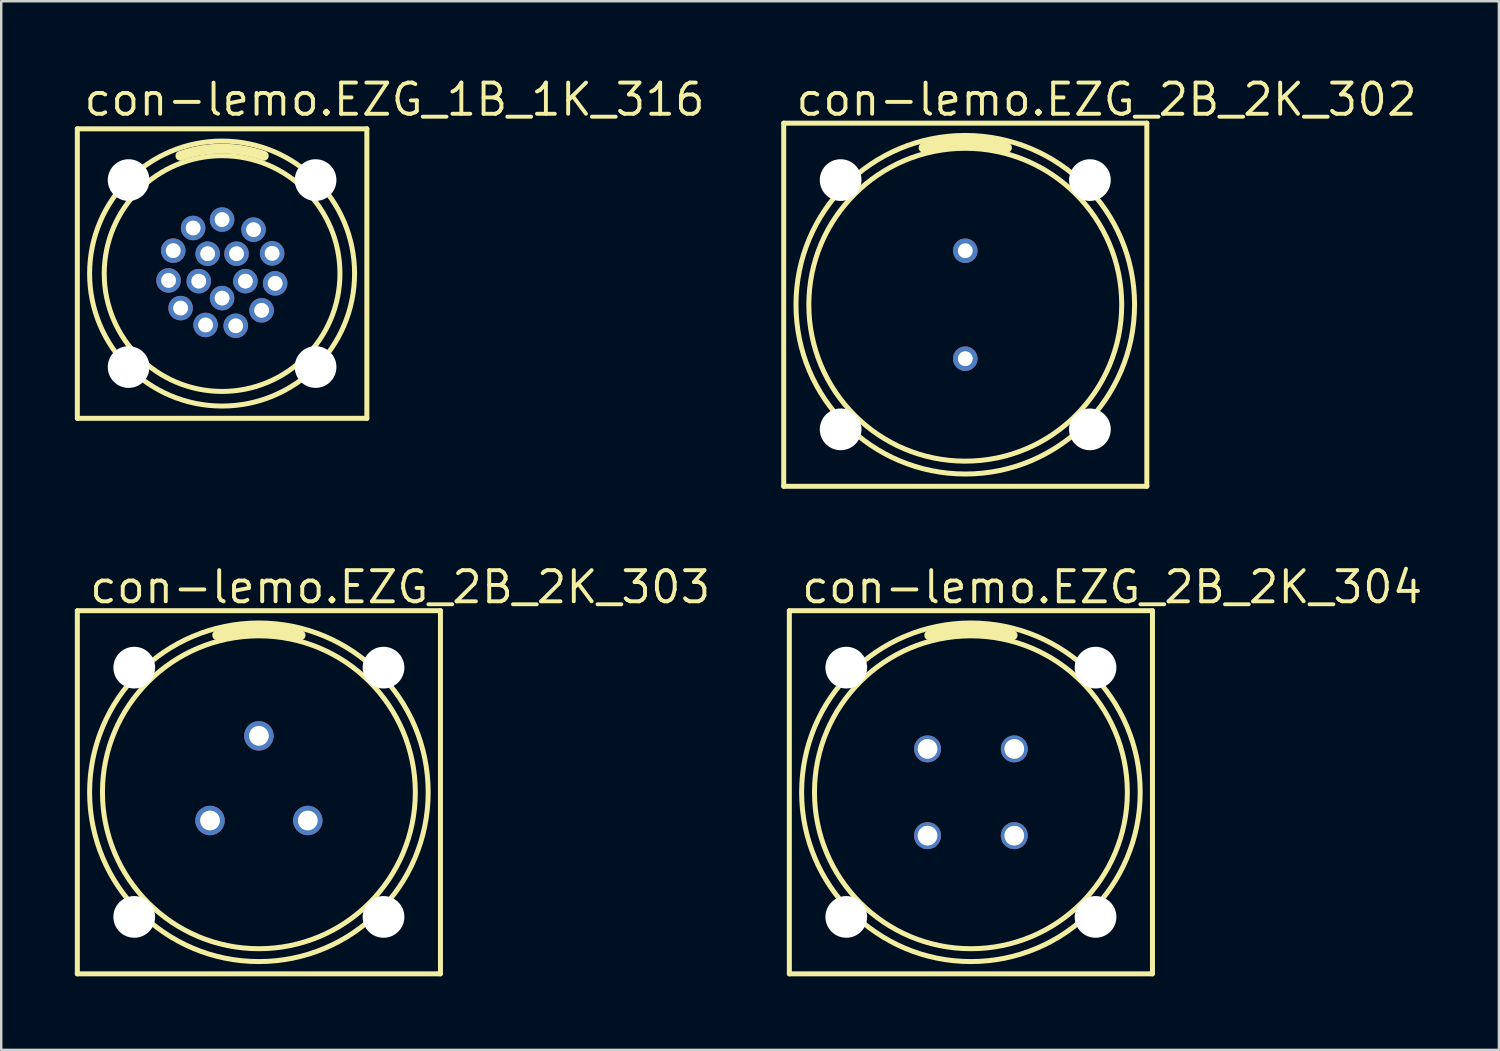
<source format=kicad_pcb>
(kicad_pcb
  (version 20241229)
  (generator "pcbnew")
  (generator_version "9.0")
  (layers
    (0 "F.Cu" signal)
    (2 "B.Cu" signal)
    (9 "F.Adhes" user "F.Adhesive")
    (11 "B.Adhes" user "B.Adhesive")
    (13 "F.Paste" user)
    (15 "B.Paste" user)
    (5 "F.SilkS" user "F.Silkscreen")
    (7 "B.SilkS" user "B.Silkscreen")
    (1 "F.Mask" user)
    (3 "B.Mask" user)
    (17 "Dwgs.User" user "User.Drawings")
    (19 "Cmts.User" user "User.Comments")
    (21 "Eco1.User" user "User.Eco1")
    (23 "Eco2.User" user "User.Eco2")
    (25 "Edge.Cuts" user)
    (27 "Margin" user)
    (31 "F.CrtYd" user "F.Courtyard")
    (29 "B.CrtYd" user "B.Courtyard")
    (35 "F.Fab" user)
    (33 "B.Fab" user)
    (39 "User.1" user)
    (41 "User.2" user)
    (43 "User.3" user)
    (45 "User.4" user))
  (footprint "con-lemo.EZG_1B_1K_316"
    (layer "F.Cu")
    (at 6.002 8.1)
    (property "Reference" "con-lemo.EZG_1B_1K_316" (at -5.715 -6.35 0) (layer "F.SilkS") (effects (font (size 1.27 1.27) (thickness 0.16)) (justify left bottom)))
    (attr through_hole)
    (fp_line (start -5.9 -5.9) (end 5.9 -5.9) (stroke (width 0.203) (type default)) (layer "F.SilkS"))
    (fp_line (start -5.9 5.9) (end -5.9 -5.9) (stroke (width 0.203) (type default)) (layer "F.SilkS"))
    (fp_line (start 5.9 -5.9) (end 5.9 5.9) (stroke (width 0.203) (type default)) (layer "F.SilkS"))
    (fp_line (start 5.9 5.9) (end -5.9 5.9) (stroke (width 0.203) (type default)) (layer "F.SilkS"))
    (fp_arc (start -1.7 -4.8) (mid 0 -5.092151) (end 1.7 -4.8) (stroke (width 0.4) (type default)) (layer "F.SilkS"))
    (fp_circle (center 0 0) (end 4.804 0) (stroke (width 0.203) (type default)) (fill no) (layer "F.SilkS"))
    (fp_circle (center 0 0) (end 5.4 0) (stroke (width 0.203) (type default)) (fill no) (layer "F.SilkS"))
    (fp_circle (center -2.182 0.28) (end -1.984 0.28) (stroke (width 0.203) (type default)) (fill no) (layer "F.Fab"))
    (fp_circle (center -1.992 -0.934) (end -1.794 -0.934) (stroke (width 0.203) (type default)) (fill no) (layer "F.Fab"))
    (fp_circle (center -1.691 1.407) (end -1.493 1.407) (stroke (width 0.203) (type default)) (fill no) (layer "F.Fab"))
    (fp_circle (center -1.18 -1.857) (end -0.982 -1.857) (stroke (width 0.203) (type default)) (fill no) (layer "F.Fab"))
    (fp_circle (center -0.951 0.309) (end -0.753 0.309) (stroke (width 0.203) (type default)) (fill no) (layer "F.Fab"))
    (fp_circle (center -0.672 2.095) (end -0.474 2.095) (stroke (width 0.203) (type default)) (fill no) (layer "F.Fab"))
    (fp_circle (center -0.588 -0.809) (end -0.389 -0.809) (stroke (width 0.203) (type default)) (fill no) (layer "F.Fab"))
    (fp_circle (center 0 -2.2) (end 0.198 -2.2) (stroke (width 0.203) (type default)) (fill no) (layer "F.Fab"))
    (fp_circle (center 0 1) (end 0.198 1) (stroke (width 0.203) (type default)) (fill no) (layer "F.Fab"))
    (fp_circle (center 0.556 2.129) (end 0.754 2.129) (stroke (width 0.203) (type default)) (fill no) (layer "F.Fab"))
    (fp_circle (center 0.588 -0.809) (end 0.786 -0.809) (stroke (width 0.203) (type default)) (fill no) (layer "F.Fab"))
    (fp_circle (center 0.951 0.309) (end 1.149 0.309) (stroke (width 0.203) (type default)) (fill no) (layer "F.Fab"))
    (fp_circle (center 1.281 -1.789) (end 1.479 -1.789) (stroke (width 0.203) (type default)) (fill no) (layer "F.Fab"))
    (fp_circle (center 1.611 1.498) (end 1.81 1.498) (stroke (width 0.203) (type default)) (fill no) (layer "F.Fab"))
    (fp_circle (center 2.04 -0.823) (end 2.239 -0.823) (stroke (width 0.203) (type default)) (fill no) (layer "F.Fab"))
    (fp_circle (center 2.163 0.4) (end 2.362 0.4) (stroke (width 0.203) (type default)) (fill no) (layer "F.Fab"))
    (pad "" np_thru_hole circle (at -3.81 -3.81) (size 1.7 1.7) (drill 1.7) (layers "*.Cu" "*.Mask"))
    (pad "" np_thru_hole circle (at -3.81 3.81) (size 1.7 1.7) (drill 1.7) (layers "*.Cu" "*.Mask"))
    (pad "" np_thru_hole circle (at 3.81 -3.81) (size 1.7 1.7) (drill 1.7) (layers "*.Cu" "*.Mask"))
    (pad "" np_thru_hole circle (at 3.81 3.81) (size 1.7 1.7) (drill 1.7) (layers "*.Cu" "*.Mask"))
    (pad "1" thru_hole circle (at 0 -2.2 90) (size 1 1) (drill 0.6) (layers "*.Cu" "*.Mask"))
    (pad "2" thru_hole circle (at -1.18 -1.857 122.4) (size 1 1) (drill 0.6) (layers "*.Cu" "*.Mask"))
    (pad "3" thru_hole circle (at -1.992 -0.934 154.9) (size 1 1) (drill 0.6) (layers "*.Cu" "*.Mask"))
    (pad "4" thru_hole circle (at -2.182 0.28 187.3) (size 1 1) (drill 0.6) (layers "*.Cu" "*.Mask"))
    (pad "5" thru_hole circle (at -1.691 1.407 219.8) (size 1 1) (drill 0.6) (layers "*.Cu" "*.Mask"))
    (pad "6" thru_hole circle (at -0.672 2.095 252.2) (size 1 1) (drill 0.6) (layers "*.Cu" "*.Mask"))
    (pad "7" thru_hole circle (at 0.556 2.129 284.6) (size 1 1) (drill 0.6) (layers "*.Cu" "*.Mask"))
    (pad "8" thru_hole circle (at 1.611 1.498 317.1) (size 1 1) (drill 0.6) (layers "*.Cu" "*.Mask"))
    (pad "9" thru_hole circle (at 2.163 0.4 349.5) (size 1 1) (drill 0.6) (layers "*.Cu" "*.Mask"))
    (pad "10" thru_hole circle (at 2.04 -0.823 22) (size 1 1) (drill 0.6) (layers "*.Cu" "*.Mask"))
    (pad "11" thru_hole circle (at 1.281 -1.789 54.4) (size 1 1) (drill 0.6) (layers "*.Cu" "*.Mask"))
    (pad "12" thru_hole circle (at -0.588 -0.809 126) (size 1 1) (drill 0.6) (layers "*.Cu" "*.Mask"))
    (pad "13" thru_hole circle (at -0.951 0.309 198) (size 1 1) (drill 0.6) (layers "*.Cu" "*.Mask"))
    (pad "14" thru_hole circle (at 0 1 270) (size 1 1) (drill 0.6) (layers "*.Cu" "*.Mask"))
    (pad "15" thru_hole circle (at 0.951 0.309 342) (size 1 1) (drill 0.6) (layers "*.Cu" "*.Mask"))
    (pad "16" thru_hole circle (at 0.588 -0.809 54) (size 1 1) (drill 0.6) (layers "*.Cu" "*.Mask")))
  (footprint "con-lemo.EZG_2B_2K_304"
    (layer "F.Cu")
    (at 36.523 29.242)
    (property "Reference" "con-lemo.EZG_2B_2K_304" (at -6.985 -7.62 0) (layer "F.SilkS") (effects (font (size 1.27 1.27) (thickness 0.16)) (justify left bottom)))
    (attr through_hole)
    (fp_line (start -7.4 -7.4) (end 7.4 -7.4) (stroke (width 0.203) (type default)) (layer "F.SilkS"))
    (fp_line (start -7.4 7.4) (end -7.4 -7.4) (stroke (width 0.203) (type default)) (layer "F.SilkS"))
    (fp_line (start 7.4 -7.4) (end 7.4 7.4) (stroke (width 0.203) (type default)) (layer "F.SilkS"))
    (fp_line (start 7.4 7.4) (end -7.4 7.4) (stroke (width 0.203) (type default)) (layer "F.SilkS"))
    (fp_arc (start -1.7 -6.4) (mid 0 -6.650475) (end 1.7 -6.4) (stroke (width 0.4) (type default)) (layer "F.SilkS"))
    (fp_circle (center 0 0) (end 6.376 0) (stroke (width 0.203) (type default)) (fill no) (layer "F.SilkS"))
    (fp_circle (center 0 0) (end 6.9 0) (stroke (width 0.203) (type default)) (fill no) (layer "F.SilkS"))
    (fp_circle (center -1.768 -1.768) (end -1.469 -1.768) (stroke (width 0.203) (type default)) (fill no) (layer "F.Fab"))
    (fp_circle (center -1.768 1.768) (end -1.469 1.768) (stroke (width 0.203) (type default)) (fill no) (layer "F.Fab"))
    (fp_circle (center 1.768 -1.768) (end 2.066 -1.768) (stroke (width 0.203) (type default)) (fill no) (layer "F.Fab"))
    (fp_circle (center 1.768 1.768) (end 2.066 1.768) (stroke (width 0.203) (type default)) (fill no) (layer "F.Fab"))
    (pad "" np_thru_hole circle (at -5.08 -5.08) (size 1.7 1.7) (drill 1.7) (layers "*.Cu" "*.Mask"))
    (pad "" np_thru_hole circle (at -5.08 5.08) (size 1.7 1.7) (drill 1.7) (layers "*.Cu" "*.Mask"))
    (pad "" np_thru_hole circle (at 5.08 -5.08) (size 1.7 1.7) (drill 1.7) (layers "*.Cu" "*.Mask"))
    (pad "" np_thru_hole circle (at 5.08 5.08) (size 1.7 1.7) (drill 1.7) (layers "*.Cu" "*.Mask"))
    (pad "1" thru_hole circle (at 1.768 -1.768) (size 1.1 1.1) (drill 0.8) (layers "*.Cu" "*.Mask"))
    (pad "2" thru_hole circle (at -1.768 -1.768) (size 1.1 1.1) (drill 0.8) (layers "*.Cu" "*.Mask"))
    (pad "3" thru_hole circle (at -1.768 1.768) (size 1.1 1.1) (drill 0.8) (layers "*.Cu" "*.Mask"))
    (pad "4" thru_hole circle (at 1.768 1.768) (size 1.1 1.1) (drill 0.8) (layers "*.Cu" "*.Mask")))
  (footprint "con-lemo.EZG_2B_2K_303"
    (layer "F.Cu")
    (at 7.502 29.242)
    (property "Reference" "con-lemo.EZG_2B_2K_303" (at -6.985 -7.62 0) (layer "F.SilkS") (effects (font (size 1.27 1.27) (thickness 0.16)) (justify left bottom)))
    (attr through_hole)
    (fp_line (start -7.4 -7.4) (end 7.4 -7.4) (stroke (width 0.203) (type default)) (layer "F.SilkS"))
    (fp_line (start -7.4 7.4) (end -7.4 -7.4) (stroke (width 0.203) (type default)) (layer "F.SilkS"))
    (fp_line (start 7.4 -7.4) (end 7.4 7.4) (stroke (width 0.203) (type default)) (layer "F.SilkS"))
    (fp_line (start 7.4 7.4) (end -7.4 7.4) (stroke (width 0.203) (type default)) (layer "F.SilkS"))
    (fp_arc (start -1.7 -6.4) (mid 0 -6.650475) (end 1.7 -6.4) (stroke (width 0.4) (type default)) (layer "F.SilkS"))
    (fp_circle (center 0 0) (end 6.376 0) (stroke (width 0.203) (type default)) (fill no) (layer "F.SilkS"))
    (fp_circle (center 0 0) (end 6.9 0) (stroke (width 0.203) (type default)) (fill no) (layer "F.SilkS"))
    (fp_circle (center -1.992 1.15) (end -1.694 1.15) (stroke (width 0.203) (type default)) (fill no) (layer "F.Fab"))
    (fp_circle (center 0 -2.3) (end 0.298 -2.3) (stroke (width 0.203) (type default)) (fill no) (layer "F.Fab"))
    (fp_circle (center 1.992 1.15) (end 2.29 1.15) (stroke (width 0.203) (type default)) (fill no) (layer "F.Fab"))
    (pad "" np_thru_hole circle (at -5.08 -5.08) (size 1.7 1.7) (drill 1.7) (layers "*.Cu" "*.Mask"))
    (pad "" np_thru_hole circle (at -5.08 5.08) (size 1.7 1.7) (drill 1.7) (layers "*.Cu" "*.Mask"))
    (pad "" np_thru_hole circle (at 5.08 -5.08) (size 1.7 1.7) (drill 1.7) (layers "*.Cu" "*.Mask"))
    (pad "" np_thru_hole circle (at 5.08 5.08) (size 1.7 1.7) (drill 1.7) (layers "*.Cu" "*.Mask"))
    (pad "1" thru_hole circle (at 0 -2.3) (size 1.2 1.2) (drill 0.8) (layers "*.Cu" "*.Mask"))
    (pad "2" thru_hole circle (at -1.992 1.15) (size 1.2 1.2) (drill 0.8) (layers "*.Cu" "*.Mask"))
    (pad "3" thru_hole circle (at 1.992 1.15) (size 1.2 1.2) (drill 0.8) (layers "*.Cu" "*.Mask")))
  (footprint "con-lemo.EZG_2B_2K_302"
    (layer "F.Cu")
    (at 36.293 9.37)
    (property "Reference" "con-lemo.EZG_2B_2K_302" (at -6.985 -7.62 0) (layer "F.SilkS") (effects (font (size 1.27 1.27) (thickness 0.16)) (justify left bottom)))
    (attr through_hole)
    (fp_line (start -7.4 -7.4) (end 7.4 -7.4) (stroke (width 0.203) (type default)) (layer "F.SilkS"))
    (fp_line (start -7.4 7.4) (end -7.4 -7.4) (stroke (width 0.203) (type default)) (layer "F.SilkS"))
    (fp_line (start 7.4 -7.4) (end 7.4 7.4) (stroke (width 0.203) (type default)) (layer "F.SilkS"))
    (fp_line (start 7.4 7.4) (end -7.4 7.4) (stroke (width 0.203) (type default)) (layer "F.SilkS"))
    (fp_arc (start -1.7 -6.4) (mid 0 -6.650475) (end 1.7 -6.4) (stroke (width 0.4) (type default)) (layer "F.SilkS"))
    (fp_circle (center 0 0) (end 6.376 0) (stroke (width 0.203) (type default)) (fill no) (layer "F.SilkS"))
    (fp_circle (center 0 0) (end 6.9 0) (stroke (width 0.203) (type default)) (fill no) (layer "F.SilkS"))
    (fp_circle (center 0 -2.2) (end 0.198 -2.2) (stroke (width 0.203) (type default)) (fill no) (layer "F.Fab"))
    (fp_circle (center 0 2.2) (end 0.198 2.2) (stroke (width 0.203) (type default)) (fill no) (layer "F.Fab"))
    (pad "" np_thru_hole circle (at -5.08 -5.08) (size 1.7 1.7) (drill 1.7) (layers "*.Cu" "*.Mask"))
    (pad "" np_thru_hole circle (at -5.08 5.08) (size 1.7 1.7) (drill 1.7) (layers "*.Cu" "*.Mask"))
    (pad "" np_thru_hole circle (at 5.08 -5.08) (size 1.7 1.7) (drill 1.7) (layers "*.Cu" "*.Mask"))
    (pad "" np_thru_hole circle (at 5.08 5.08) (size 1.7 1.7) (drill 1.7) (layers "*.Cu" "*.Mask"))
    (pad "1" thru_hole circle (at 0 -2.2) (size 1 1) (drill 0.6) (layers "*.Cu" "*.Mask"))
    (pad "2" thru_hole circle (at 0 2.2) (size 1 1) (drill 0.6) (layers "*.Cu" "*.Mask")))
  (gr_rect
    (start -3 -3)
    (end 58.043 39.743)
    (stroke (width 0.1) (type default))
    (fill no)
    (layer "Edge.Cuts")))
</source>
